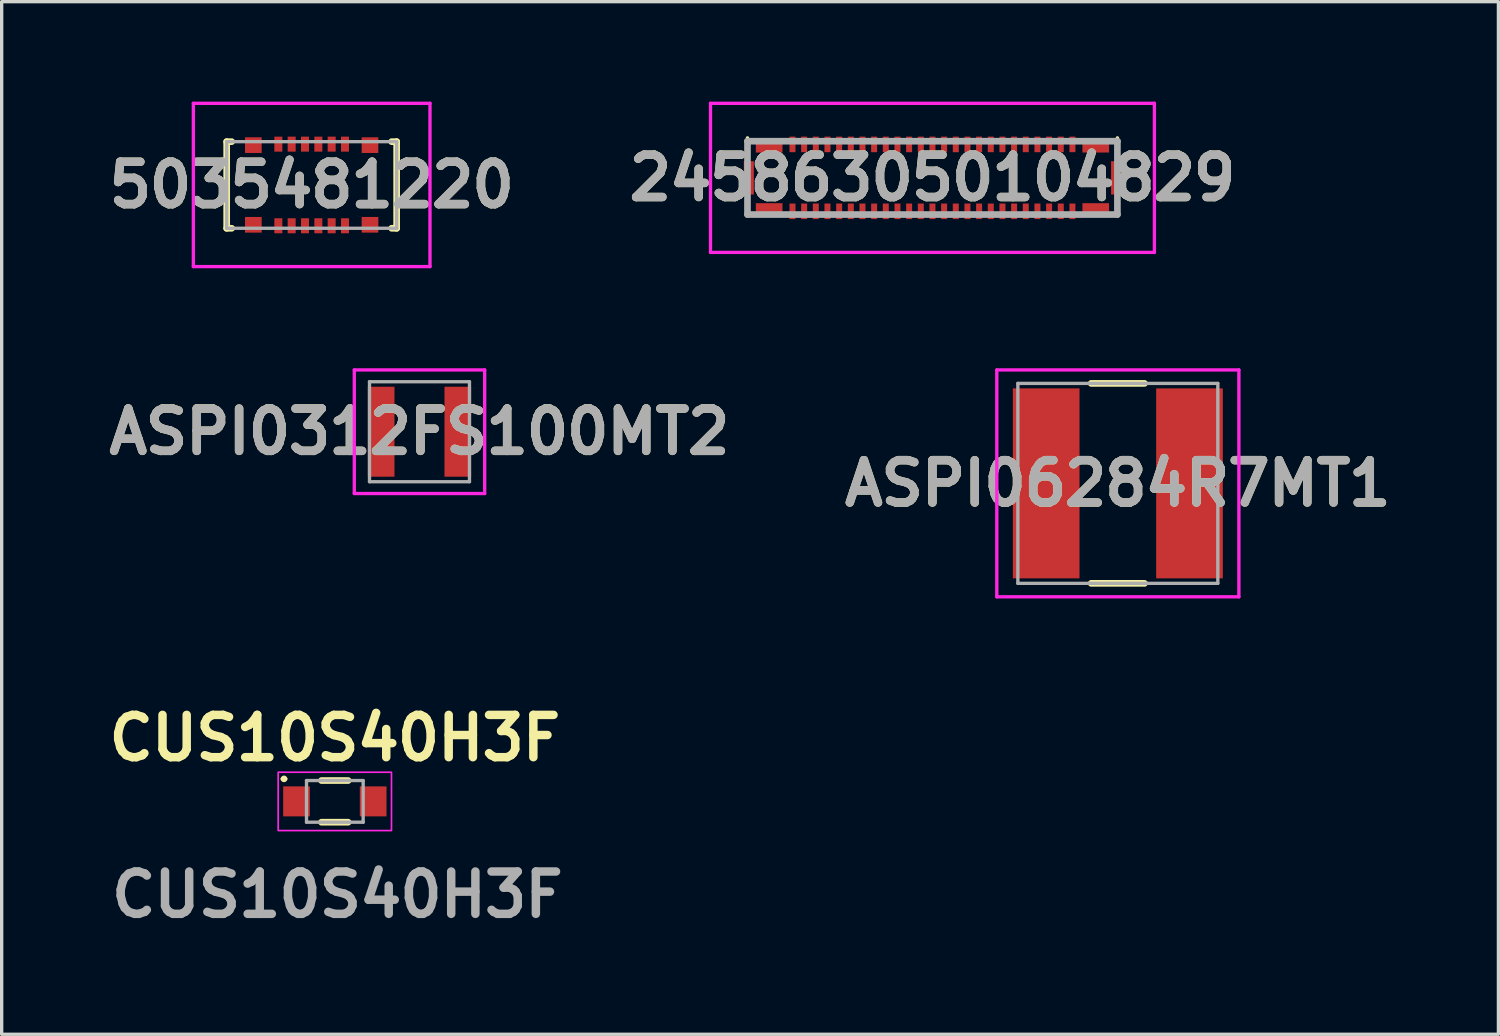
<source format=kicad_pcb>
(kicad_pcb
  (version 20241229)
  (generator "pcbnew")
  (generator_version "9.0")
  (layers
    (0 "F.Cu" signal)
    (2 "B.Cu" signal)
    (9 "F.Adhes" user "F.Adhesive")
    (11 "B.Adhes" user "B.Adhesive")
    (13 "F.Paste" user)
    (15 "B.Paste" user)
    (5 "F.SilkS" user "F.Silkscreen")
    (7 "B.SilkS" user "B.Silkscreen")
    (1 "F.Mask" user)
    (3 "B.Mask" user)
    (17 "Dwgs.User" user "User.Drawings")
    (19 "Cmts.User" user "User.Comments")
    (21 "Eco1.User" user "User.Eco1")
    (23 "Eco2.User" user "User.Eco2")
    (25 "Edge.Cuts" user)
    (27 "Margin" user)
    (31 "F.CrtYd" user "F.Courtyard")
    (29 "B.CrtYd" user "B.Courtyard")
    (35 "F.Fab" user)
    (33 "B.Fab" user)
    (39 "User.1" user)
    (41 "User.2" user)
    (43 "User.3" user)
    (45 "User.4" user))
  (footprint "CUS10S40H3F"
    (layer "F.Cu")
    (at 6.997 20.996)
    (property "Reference" "CUS10S40H3F" (at 0 -1.9 0) (layer "F.SilkS") (effects (font (size 1.27 1.27) (thickness 0.254))))
    (attr smd)
    (fp_line (start -1.575 -0.675) (end -1.575 -0.675) (stroke (width 0.1) (type solid)) (layer "F.SilkS"))
    (fp_line (start -1.475 -0.675) (end -1.475 -0.675) (stroke (width 0.1) (type solid)) (layer "F.SilkS"))
    (fp_line (start -0.4 -0.625) (end 0.4 -0.625) (stroke (width 0.2) (type solid)) (layer "F.SilkS"))
    (fp_line (start -0.4 0.625) (end 0.4 0.625) (stroke (width 0.2) (type solid)) (layer "F.SilkS"))
    (fp_arc (start -1.575 -0.675) (mid -1.525 -0.725) (end -1.475 -0.675) (stroke (width 0.1) (type solid)) (layer "F.SilkS"))
    (fp_arc (start -1.475 -0.675) (mid -1.525 -0.625) (end -1.575 -0.675) (stroke (width 0.1) (type solid)) (layer "F.SilkS"))
    (fp_rect (start -1.7 -0.875) (end 1.7 0.875) (stroke (width 0.05) (type default)) (fill no) (layer "F.CrtYd"))
    (fp_line (start -0.85 -0.625) (end 0.85 -0.625) (stroke (width 0.1) (type solid)) (layer "F.Fab"))
    (fp_line (start -0.85 0.625) (end -0.85 -0.625) (stroke (width 0.1) (type solid)) (layer "F.Fab"))
    (fp_line (start 0.85 -0.625) (end 0.85 0.625) (stroke (width 0.1) (type solid)) (layer "F.Fab"))
    (fp_line (start 0.85 0.625) (end -0.85 0.625) (stroke (width 0.1) (type solid)) (layer "F.Fab"))
    (fp_text user "${REFERENCE}" (at 0.075 2.8 0) (layer "F.Fab") (effects (font (size 1.27 1.27) (thickness 0.254))))
    (pad "1" smd rect (at -1.15 0) (size 0.8 0.9) (layers "F.Cu" "F.Mask" "F.Paste"))
    (pad "2" smd rect (at 1.15 0) (size 0.8 0.9) (layers "F.Cu" "F.Mask" "F.Paste")))
  (footprint "ASPI0312FS100MT2"
    (layer "F.Cu")
    (at 9.537 9.904)
    (property "Reference" "ASPI0312FS100MT2" (at 0 0 0) (layer "F.SilkS") (effects (font (size 1.27 1.27) (thickness 0.254))))
    (attr smd)
    (fp_line (start -1.956 -1.854) (end 1.956 -1.854) (stroke (width 0.1) (type solid)) (layer "F.CrtYd"))
    (fp_line (start -1.956 1.854) (end -1.956 -1.854) (stroke (width 0.1) (type solid)) (layer "F.CrtYd"))
    (fp_line (start 1.956 -1.854) (end 1.956 1.854) (stroke (width 0.1) (type solid)) (layer "F.CrtYd"))
    (fp_line (start 1.956 1.854) (end -1.956 1.854) (stroke (width 0.1) (type solid)) (layer "F.CrtYd"))
    (fp_line (start -1.5 -1.5) (end -1.5 1.5) (stroke (width 0.1) (type solid)) (layer "F.Fab"))
    (fp_line (start -1.5 1.5) (end 1.5 1.5) (stroke (width 0.1) (type solid)) (layer "F.Fab"))
    (fp_line (start 1.5 -1.5) (end -1.5 -1.5) (stroke (width 0.1) (type solid)) (layer "F.Fab"))
    (fp_line (start 1.5 1.5) (end 1.5 -1.5) (stroke (width 0.1) (type solid)) (layer "F.Fab"))
    (fp_text user "${REFERENCE}" (at 0 0 0) (layer "F.Fab") (effects (font (size 1.27 1.27) (thickness 0.254))))
    (pad "1" smd rect (at -1.15 0) (size 0.8 2.7) (layers "F.Cu" "F.Mask" "F.Paste"))
    (pad "2" smd rect (at 1.15 0) (size 0.8 2.7) (layers "F.Cu" "F.Mask" "F.Paste")))
  (footprint "245863050104829"
    (layer "F.Cu")
    (at 24.929 2.287)
    (property "Reference" "245863050104829" (at 0 0 0) (layer "F.SilkS") (effects (font (size 1.27 1.27) (thickness 0.254))))
    (attr smd)
    (fp_line (start -5.55 -1.2) (end -5.55 -0.7) (stroke (width 0.1) (type solid)) (layer "F.SilkS"))
    (fp_line (start -5.55 0.6) (end -5.55 1.004) (stroke (width 0.1) (type solid)) (layer "F.SilkS"))
    (fp_line (start -5.55 0.935) (end -5.55 1.1) (stroke (width 0.1) (type solid)) (layer "F.SilkS"))
    (fp_line (start 5.55 -1.2) (end 5.55 -0.7) (stroke (width 0.1) (type solid)) (layer "F.SilkS"))
    (fp_line (start 5.55 0.6) (end 5.55 1.004) (stroke (width 0.1) (type solid)) (layer "F.SilkS"))
    (fp_line (start 5.55 1.004) (end 5.55 1.1) (stroke (width 0.1) (type solid)) (layer "F.SilkS"))
    (fp_line (start -6.66 -2.237) (end 6.66 -2.237) (stroke (width 0.1) (type solid)) (layer "F.CrtYd"))
    (fp_line (start -6.66 2.237) (end -6.66 -2.237) (stroke (width 0.1) (type solid)) (layer "F.CrtYd"))
    (fp_line (start 6.66 -2.237) (end 6.66 2.237) (stroke (width 0.1) (type solid)) (layer "F.CrtYd"))
    (fp_line (start 6.66 2.237) (end -6.66 2.237) (stroke (width 0.1) (type solid)) (layer "F.CrtYd"))
    (fp_line (start -5.55 -1.1) (end 5.55 -1.1) (stroke (width 0.2) (type solid)) (layer "F.Fab"))
    (fp_line (start -5.55 1.1) (end -5.55 -1.1) (stroke (width 0.2) (type solid)) (layer "F.Fab"))
    (fp_line (start 5.55 -1.1) (end 5.55 1.1) (stroke (width 0.2) (type solid)) (layer "F.Fab"))
    (fp_line (start 5.55 1.1) (end -5.55 1.1) (stroke (width 0.2) (type solid)) (layer "F.Fab"))
    (fp_text user "${REFERENCE}" (at 0 0 0) (layer "F.Fab") (effects (font (size 1.27 1.27) (thickness 0.254))))
    (pad "1" smd rect (at -4.2 1.004) (size 0.18 0.467) (layers "F.Cu" "F.Mask" "F.Paste"))
    (pad "2" smd rect (at -4.2 -1.004) (size 0.18 0.467) (layers "F.Cu" "F.Mask" "F.Paste"))
    (pad "3" smd rect (at -3.85 1.004) (size 0.18 0.467) (layers "F.Cu" "F.Mask" "F.Paste"))
    (pad "4" smd rect (at -3.85 -1.004) (size 0.18 0.467) (layers "F.Cu" "F.Mask" "F.Paste"))
    (pad "5" smd rect (at -3.5 1.004) (size 0.18 0.467) (layers "F.Cu" "F.Mask" "F.Paste"))
    (pad "6" smd rect (at -3.5 -1.004) (size 0.18 0.467) (layers "F.Cu" "F.Mask" "F.Paste"))
    (pad "7" smd rect (at -3.15 1.004) (size 0.18 0.467) (layers "F.Cu" "F.Mask" "F.Paste"))
    (pad "8" smd rect (at -3.15 -1.004) (size 0.18 0.467) (layers "F.Cu" "F.Mask" "F.Paste"))
    (pad "9" smd rect (at -2.8 1.004) (size 0.18 0.467) (layers "F.Cu" "F.Mask" "F.Paste"))
    (pad "10" smd rect (at -2.8 -1.004) (size 0.18 0.467) (layers "F.Cu" "F.Mask" "F.Paste"))
    (pad "11" smd rect (at -2.45 1.004) (size 0.18 0.467) (layers "F.Cu" "F.Mask" "F.Paste"))
    (pad "12" smd rect (at -2.45 -1.004) (size 0.18 0.467) (layers "F.Cu" "F.Mask" "F.Paste"))
    (pad "13" smd rect (at -2.1 1.004) (size 0.18 0.467) (layers "F.Cu" "F.Mask" "F.Paste"))
    (pad "14" smd rect (at -2.1 -1.004) (size 0.18 0.467) (layers "F.Cu" "F.Mask" "F.Paste"))
    (pad "15" smd rect (at -1.75 1.004) (size 0.18 0.467) (layers "F.Cu" "F.Mask" "F.Paste"))
    (pad "16" smd rect (at -1.75 -1.004) (size 0.18 0.467) (layers "F.Cu" "F.Mask" "F.Paste"))
    (pad "17" smd rect (at -1.4 1.004) (size 0.18 0.467) (layers "F.Cu" "F.Mask" "F.Paste"))
    (pad "18" smd rect (at -1.4 -1.004) (size 0.18 0.467) (layers "F.Cu" "F.Mask" "F.Paste"))
    (pad "19" smd rect (at -1.05 1.004) (size 0.18 0.467) (layers "F.Cu" "F.Mask" "F.Paste"))
    (pad "20" smd rect (at -1.05 -1.004) (size 0.18 0.467) (layers "F.Cu" "F.Mask" "F.Paste"))
    (pad "21" smd rect (at -0.7 1.004) (size 0.18 0.467) (layers "F.Cu" "F.Mask" "F.Paste"))
    (pad "22" smd rect (at -0.7 -1.004) (size 0.18 0.467) (layers "F.Cu" "F.Mask" "F.Paste"))
    (pad "23" smd rect (at -0.35 1.004) (size 0.18 0.467) (layers "F.Cu" "F.Mask" "F.Paste"))
    (pad "24" smd rect (at -0.35 -1.004) (size 0.18 0.467) (layers "F.Cu" "F.Mask" "F.Paste"))
    (pad "25" smd rect (at 0 1.004) (size 0.18 0.467) (layers "F.Cu" "F.Mask" "F.Paste"))
    (pad "26" smd rect (at 0 -1.004) (size 0.18 0.467) (layers "F.Cu" "F.Mask" "F.Paste"))
    (pad "27" smd rect (at 0.35 1.004) (size 0.18 0.467) (layers "F.Cu" "F.Mask" "F.Paste"))
    (pad "28" smd rect (at 0.35 -1.004) (size 0.18 0.467) (layers "F.Cu" "F.Mask" "F.Paste"))
    (pad "29" smd rect (at 0.7 1.004) (size 0.18 0.467) (layers "F.Cu" "F.Mask" "F.Paste"))
    (pad "30" smd rect (at 0.7 -1.004) (size 0.18 0.467) (layers "F.Cu" "F.Mask" "F.Paste"))
    (pad "31" smd rect (at 1.05 1.004) (size 0.18 0.467) (layers "F.Cu" "F.Mask" "F.Paste"))
    (pad "32" smd rect (at 1.05 -1.004) (size 0.18 0.467) (layers "F.Cu" "F.Mask" "F.Paste"))
    (pad "33" smd rect (at 1.4 1.004) (size 0.18 0.467) (layers "F.Cu" "F.Mask" "F.Paste"))
    (pad "34" smd rect (at 1.4 -1.004) (size 0.18 0.467) (layers "F.Cu" "F.Mask" "F.Paste"))
    (pad "35" smd rect (at 1.75 1.004) (size 0.18 0.467) (layers "F.Cu" "F.Mask" "F.Paste"))
    (pad "36" smd rect (at 1.75 -1.004) (size 0.18 0.467) (layers "F.Cu" "F.Mask" "F.Paste"))
    (pad "37" smd rect (at 2.1 1.004) (size 0.18 0.467) (layers "F.Cu" "F.Mask" "F.Paste"))
    (pad "38" smd rect (at 2.1 -1.004) (size 0.18 0.467) (layers "F.Cu" "F.Mask" "F.Paste"))
    (pad "39" smd rect (at 2.45 1.004) (size 0.18 0.467) (layers "F.Cu" "F.Mask" "F.Paste"))
    (pad "40" smd rect (at 2.45 -1.004) (size 0.18 0.467) (layers "F.Cu" "F.Mask" "F.Paste"))
    (pad "41" smd rect (at 2.8 1.004) (size 0.18 0.467) (layers "F.Cu" "F.Mask" "F.Paste"))
    (pad "42" smd rect (at 2.8 -1.004) (size 0.18 0.467) (layers "F.Cu" "F.Mask" "F.Paste"))
    (pad "43" smd rect (at 3.15 1.004) (size 0.18 0.467) (layers "F.Cu" "F.Mask" "F.Paste"))
    (pad "44" smd rect (at 3.15 -1.004) (size 0.18 0.467) (layers "F.Cu" "F.Mask" "F.Paste"))
    (pad "45" smd rect (at 3.5 1.004) (size 0.18 0.467) (layers "F.Cu" "F.Mask" "F.Paste"))
    (pad "46" smd rect (at 3.5 -1.004) (size 0.18 0.467) (layers "F.Cu" "F.Mask" "F.Paste"))
    (pad "47" smd rect (at 3.85 1.004) (size 0.18 0.467) (layers "F.Cu" "F.Mask" "F.Paste"))
    (pad "48" smd rect (at 3.85 -1.004) (size 0.18 0.467) (layers "F.Cu" "F.Mask" "F.Paste"))
    (pad "49" smd rect (at 4.2 1.004) (size 0.18 0.467) (layers "F.Cu" "F.Mask" "F.Paste"))
    (pad "50" smd rect (at 4.2 -1.004) (size 0.18 0.467) (layers "F.Cu" "F.Mask" "F.Paste"))
    (pad "MP1" smd rect (at -5.51 0) (size 0.3 1) (layers "F.Cu" "F.Mask" "F.Paste"))
    (pad "MP2" smd rect (at 5.51 0) (size 0.3 1) (layers "F.Cu" "F.Mask" "F.Paste"))
    (pad "MP3" smd rect (at -4.9 -0.935 90) (size 0.35 0.8) (layers "F.Cu" "F.Mask" "F.Paste"))
    (pad "MP4" smd rect (at 4.9 -0.935 90) (size 0.35 0.8) (layers "F.Cu" "F.Mask" "F.Paste"))
    (pad "MP5" smd rect (at 4.9 0.935 90) (size 0.35 0.8) (layers "F.Cu" "F.Mask" "F.Paste"))
    (pad "MP6" smd rect (at -4.9 0.935 90) (size 0.35 0.8) (layers "F.Cu" "F.Mask" "F.Paste")))
  (footprint "5035481220"
    (layer "F.Cu")
    (at 6.302 2.5)
    (property "Reference" "5035481220" (at 0 0 0) (layer "F.SilkS") (effects (font (size 1.27 1.27) (thickness 0.254))))
    (attr smd)
    (fp_line (start -2.55 -1.3) (end -2.55 1.3) (stroke (width 0.2) (type solid)) (layer "F.SilkS"))
    (fp_line (start -2.55 1.3) (end -2.4 1.3) (stroke (width 0.2) (type solid)) (layer "F.SilkS"))
    (fp_line (start -2.4 -1.3) (end -2.55 -1.3) (stroke (width 0.2) (type solid)) (layer "F.SilkS"))
    (fp_line (start 2.4 -1.3) (end 2.55 -1.3) (stroke (width 0.2) (type solid)) (layer "F.SilkS"))
    (fp_line (start 2.55 -1.3) (end 2.55 1.3) (stroke (width 0.2) (type solid)) (layer "F.SilkS"))
    (fp_line (start 2.55 1.3) (end 2.4 1.3) (stroke (width 0.2) (type solid)) (layer "F.SilkS"))
    (fp_line (start -3.55 -2.45) (end 3.55 -2.45) (stroke (width 0.1) (type solid)) (layer "F.CrtYd"))
    (fp_line (start -3.55 2.45) (end -3.55 -2.45) (stroke (width 0.1) (type solid)) (layer "F.CrtYd"))
    (fp_line (start 3.55 -2.45) (end 3.55 2.45) (stroke (width 0.1) (type solid)) (layer "F.CrtYd"))
    (fp_line (start 3.55 2.45) (end -3.55 2.45) (stroke (width 0.1) (type solid)) (layer "F.CrtYd"))
    (fp_line (start -2.55 -1.3) (end 2.55 -1.3) (stroke (width 0.1) (type solid)) (layer "F.Fab"))
    (fp_line (start -2.55 1.3) (end -2.55 -1.3) (stroke (width 0.1) (type solid)) (layer "F.Fab"))
    (fp_line (start 2.55 -1.3) (end 2.55 1.3) (stroke (width 0.1) (type solid)) (layer "F.Fab"))
    (fp_line (start 2.55 1.3) (end -2.55 1.3) (stroke (width 0.1) (type solid)) (layer "F.Fab"))
    (fp_text user "${REFERENCE}" (at 0 0 0) (layer "F.Fab") (effects (font (size 1.27 1.27) (thickness 0.254))))
    (pad "1" smd rect (at -1 1.225) (size 0.24 0.45) (layers "F.Cu" "F.Mask" "F.Paste"))
    (pad "2" smd rect (at -1 -1.225) (size 0.24 0.45) (layers "F.Cu" "F.Mask" "F.Paste"))
    (pad "3" smd rect (at -0.6 1.225) (size 0.24 0.45) (layers "F.Cu" "F.Mask" "F.Paste"))
    (pad "4" smd rect (at -0.6 -1.225) (size 0.24 0.45) (layers "F.Cu" "F.Mask" "F.Paste"))
    (pad "5" smd rect (at -0.2 1.225) (size 0.24 0.45) (layers "F.Cu" "F.Mask" "F.Paste"))
    (pad "6" smd rect (at -0.2 -1.225) (size 0.24 0.45) (layers "F.Cu" "F.Mask" "F.Paste"))
    (pad "7" smd rect (at 0.2 1.225) (size 0.24 0.45) (layers "F.Cu" "F.Mask" "F.Paste"))
    (pad "8" smd rect (at 0.2 -1.225) (size 0.24 0.45) (layers "F.Cu" "F.Mask" "F.Paste"))
    (pad "9" smd rect (at 0.6 1.225) (size 0.24 0.45) (layers "F.Cu" "F.Mask" "F.Paste"))
    (pad "10" smd rect (at 0.6 -1.225) (size 0.24 0.45) (layers "F.Cu" "F.Mask" "F.Paste"))
    (pad "11" smd rect (at 1 1.225) (size 0.24 0.45) (layers "F.Cu" "F.Mask" "F.Paste"))
    (pad "12" smd rect (at 1 -1.225) (size 0.24 0.45) (layers "F.Cu" "F.Mask" "F.Paste"))
    (pad "MP1" smd rect (at -1.75 1.195 90) (size 0.47 0.5) (layers "F.Cu" "F.Mask" "F.Paste"))
    (pad "MP2" smd rect (at -1.75 -1.195 90) (size 0.47 0.5) (layers "F.Cu" "F.Mask" "F.Paste"))
    (pad "MP3" smd rect (at 1.75 1.195 90) (size 0.47 0.5) (layers "F.Cu" "F.Mask" "F.Paste"))
    (pad "MP4" smd rect (at 1.75 -1.195 90) (size 0.47 0.5) (layers "F.Cu" "F.Mask" "F.Paste")))
  (footprint "ASPI06284R7MT1"
    (layer "F.Cu")
    (at 30.492 11.454)
    (property "Reference" "ASPI06284R7MT1" (at 0 0 0) (layer "F.SilkS") (effects (font (size 1.27 1.27) (thickness 0.254))))
    (attr smd)
    (fp_line (start -0.8 -3) (end 0.8 -3) (stroke (width 0.2) (type solid)) (layer "F.SilkS"))
    (fp_line (start -0.8 3) (end 0.8 3) (stroke (width 0.2) (type solid)) (layer "F.SilkS"))
    (fp_line (start -3.632 -3.404) (end 3.632 -3.404) (stroke (width 0.1) (type solid)) (layer "F.CrtYd"))
    (fp_line (start -3.632 3.404) (end -3.632 -3.404) (stroke (width 0.1) (type solid)) (layer "F.CrtYd"))
    (fp_line (start 3.632 -3.404) (end 3.632 3.404) (stroke (width 0.1) (type solid)) (layer "F.CrtYd"))
    (fp_line (start 3.632 3.404) (end -3.632 3.404) (stroke (width 0.1) (type solid)) (layer "F.CrtYd"))
    (fp_line (start -3 -3) (end -3 3) (stroke (width 0.1) (type solid)) (layer "F.Fab"))
    (fp_line (start -3 3) (end 3 3) (stroke (width 0.1) (type solid)) (layer "F.Fab"))
    (fp_line (start 3 -3) (end -3 -3) (stroke (width 0.1) (type solid)) (layer "F.Fab"))
    (fp_line (start 3 3) (end 3 -3) (stroke (width 0.1) (type solid)) (layer "F.Fab"))
    (fp_text user "${REFERENCE}" (at 0 0 0) (layer "F.Fab") (effects (font (size 1.27 1.27) (thickness 0.254))))
    (pad "1" smd rect (at -2.15 0) (size 2 5.7) (layers "F.Cu" "F.Mask" "F.Paste"))
    (pad "2" smd rect (at 2.15 0) (size 2 5.7) (layers "F.Cu" "F.Mask" "F.Paste")))
  (gr_rect
    (start -3 -3)
    (end 41.911 27.985)
    (stroke (width 0.1) (type default))
    (fill no)
    (layer "Edge.Cuts")))
</source>
